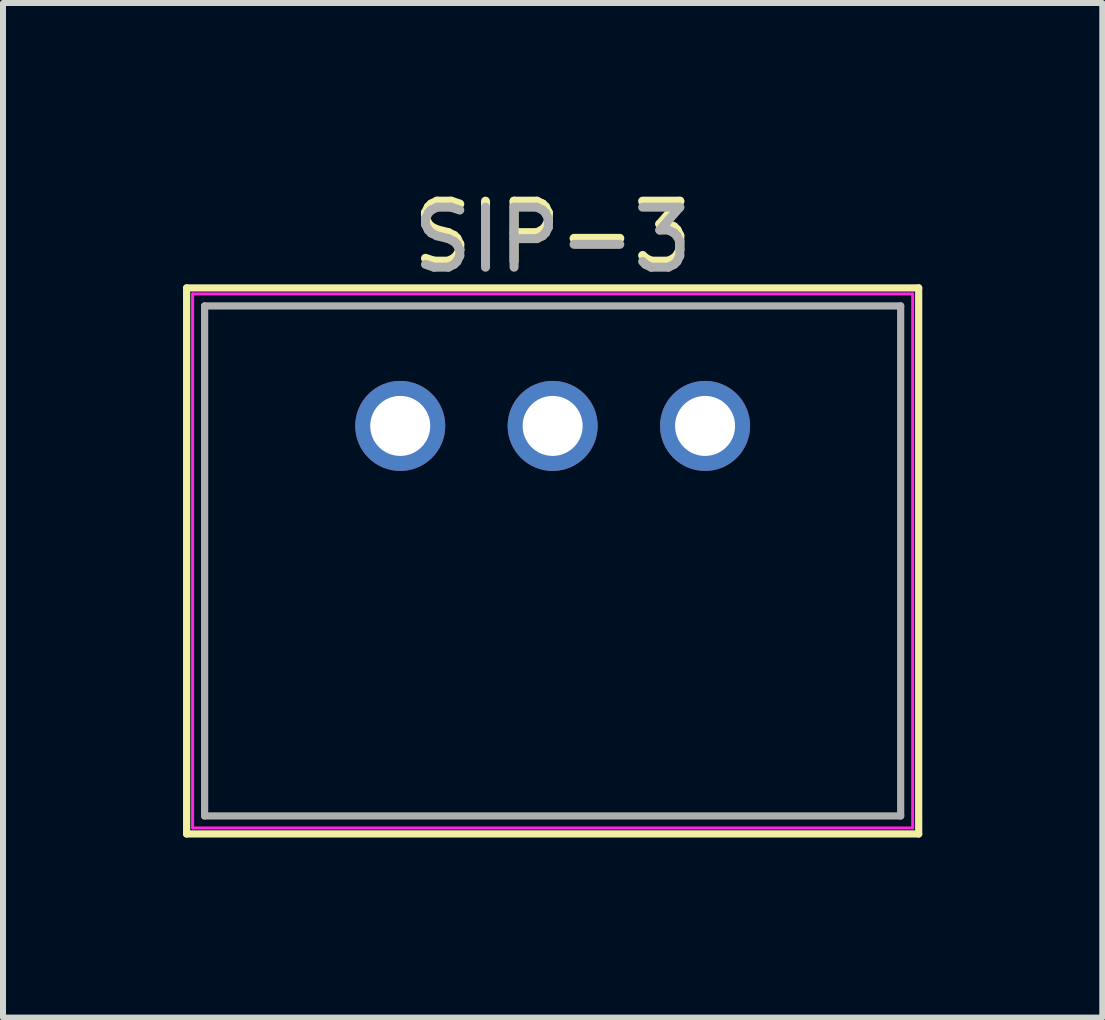
<source format=kicad_pcb>
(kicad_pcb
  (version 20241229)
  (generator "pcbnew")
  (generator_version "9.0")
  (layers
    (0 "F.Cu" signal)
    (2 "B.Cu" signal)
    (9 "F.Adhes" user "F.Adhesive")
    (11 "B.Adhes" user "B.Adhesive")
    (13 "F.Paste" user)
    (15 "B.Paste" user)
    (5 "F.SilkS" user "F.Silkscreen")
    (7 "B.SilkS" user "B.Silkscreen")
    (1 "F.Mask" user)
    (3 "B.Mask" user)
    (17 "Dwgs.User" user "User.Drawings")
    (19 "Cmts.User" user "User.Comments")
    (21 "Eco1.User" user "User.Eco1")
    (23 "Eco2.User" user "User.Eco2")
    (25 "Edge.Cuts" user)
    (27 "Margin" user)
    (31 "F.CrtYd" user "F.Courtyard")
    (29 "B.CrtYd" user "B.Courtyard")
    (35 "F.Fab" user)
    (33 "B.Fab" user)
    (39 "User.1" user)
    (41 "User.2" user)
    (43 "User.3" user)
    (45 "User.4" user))
  (footprint "SIP-3"
    (layer "F.Cu")
    (at 6.16 4.048)
    (property "Reference" "SIP-3" (at 0 -3.2 0) (layer "F.SilkS") (effects (font (size 1 1) (thickness 0.15))))
    (attr through_hole)
    (fp_line (start -6.1 -2.3) (end -6.1 6.8) (stroke (width 0.12) (type solid)) (layer "F.SilkS"))
    (fp_line (start -6.1 6.8) (end 6.1 6.8) (stroke (width 0.12) (type solid)) (layer "F.SilkS"))
    (fp_line (start 6.1 -2.3) (end -6.1 -2.3) (stroke (width 0.12) (type solid)) (layer "F.SilkS"))
    (fp_line (start 6.1 6.8) (end 6.1 -2.3) (stroke (width 0.12) (type solid)) (layer "F.SilkS"))
    (fp_line (start -6 -2.2) (end 6 -2.2) (stroke (width 0.05) (type solid)) (layer "F.CrtYd"))
    (fp_line (start -6 6.7) (end -6 -2.2) (stroke (width 0.05) (type solid)) (layer "F.CrtYd"))
    (fp_line (start 6 -2.2) (end 6 6.7) (stroke (width 0.05) (type solid)) (layer "F.CrtYd"))
    (fp_line (start 6 6.7) (end -6 6.7) (stroke (width 0.05) (type solid)) (layer "F.CrtYd"))
    (fp_line (start -5.8 -2) (end -5.8 6.5) (stroke (width 0.12) (type solid)) (layer "F.Fab"))
    (fp_line (start -5.8 -2) (end 5.8 -2) (stroke (width 0.12) (type solid)) (layer "F.Fab"))
    (fp_line (start -5.8 6.5) (end 5.8 6.5) (stroke (width 0.12) (type solid)) (layer "F.Fab"))
    (fp_line (start 5.8 6.5) (end 5.8 -2) (stroke (width 0.12) (type solid)) (layer "F.Fab"))
    (fp_text user "${REFERENCE}" (at 0 -3.1 180) (layer "F.Fab") (effects (font (size 1 1) (thickness 0.15))))
    (pad "1" thru_hole circle (at 2.54 0) (size 1.5 1.5) (drill 1) (layers "*.Cu" "*.Mask" "B.Paste"))
    (pad "2" thru_hole circle (at 0 0) (size 1.5 1.5) (drill 1) (layers "*.Cu" "*.Mask"))
    (pad "3" thru_hole circle (at -2.54 0) (size 1.5 1.5) (drill 1) (layers "*.Cu" "*.Mask")))
  (gr_rect
    (start -3 -3)
    (end 15.32 13.908)
    (stroke (width 0.1) (type default))
    (fill no)
    (layer "Edge.Cuts")))
</source>
